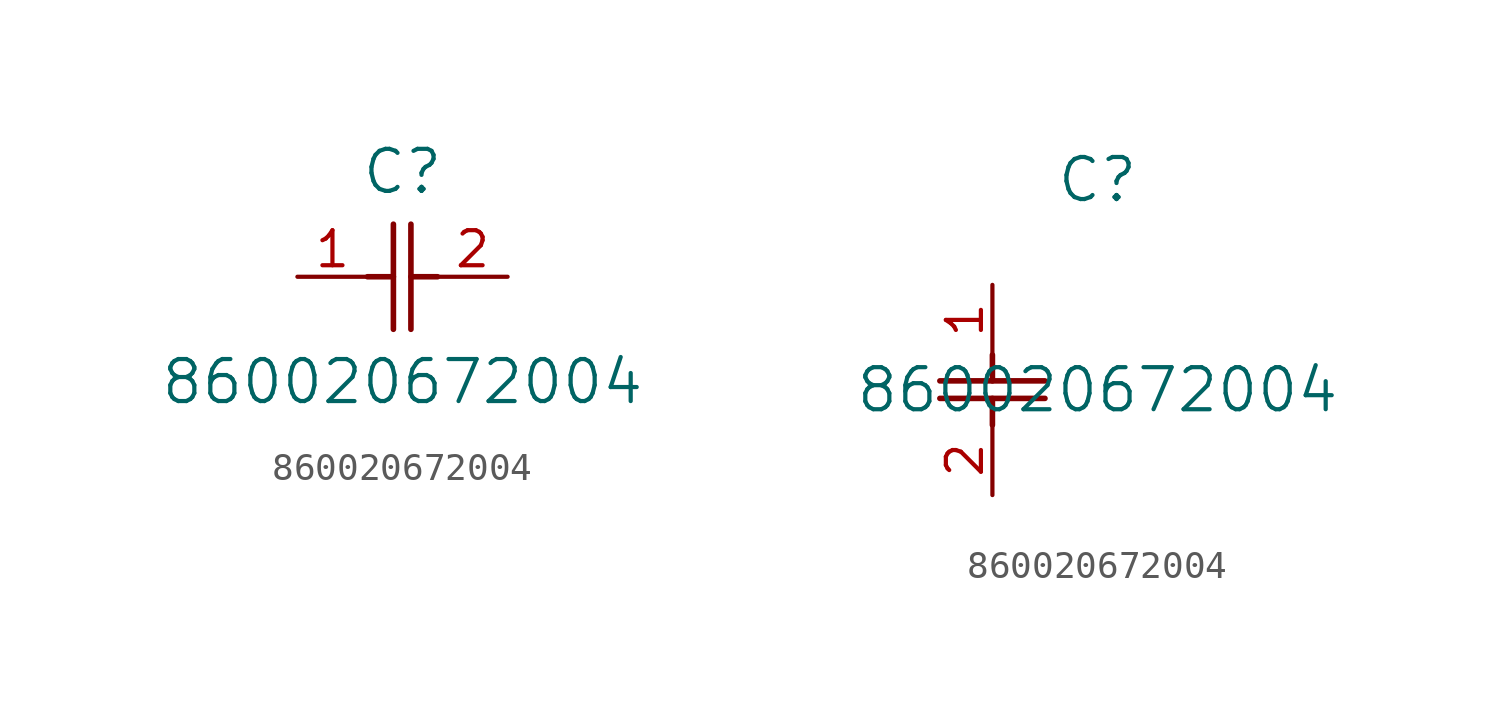
<source format=kicad_sym>
(kicad_symbol_lib
  (version 20211014)
  (generator kicad_symbol_editor)
  (symbol "860020672004"
    (pin_names
      (offset 0.254))
    (property "Reference" "C"
      (at 3.81 3.81 0)
      (effects (font (size 1.524 1.524))))
    (property "Value" "860020672004"
      (at 3.81 -3.81 0)
      (effects (font (size 1.524 1.524))))
    (symbol "860020672004_1_1"
      (polyline (pts (xy 3.48 -1.905) (xy 3.48 1.905)) (stroke (width 0.203) (type default) (color 0 0 0 0)) (fill (type none)))
      (polyline (pts (xy 4.115 -1.905) (xy 4.115 1.905)) (stroke (width 0.203) (type default) (color 0 0 0 0)) (fill (type none)))
      (polyline (pts (xy 4.115 0) (xy 5.08 0)) (stroke (width 0.203) (type default) (color 0 0 0 0)) (fill (type none)))
      (polyline (pts (xy 2.54 0) (xy 3.48 0)) (stroke (width 0.203) (type default) (color 0 0 0 0)) (fill (type none)))
      (pin unspecified line (at 0 0 0) (length 2.54) (name "" (effects (font (size 1.27 1.27)))) (number "1" (effects (font (size 1.27 1.27)))))
      (pin unspecified line (at 7.62 0 180) (length 2.54) (name "" (effects (font (size 1.27 1.27)))) (number "2" (effects (font (size 1.27 1.27))))))
    (symbol "860020672004_1_2"
      (polyline (pts (xy -1.905 -3.48) (xy 1.905 -3.48)) (stroke (width 0.203) (type default) (color 0 0 0 0)) (fill (type none)))
      (polyline (pts (xy -1.905 -4.115) (xy 1.905 -4.115)) (stroke (width 0.203) (type default) (color 0 0 0 0)) (fill (type none)))
      (polyline (pts (xy 0 -4.115) (xy 0 -5.08)) (stroke (width 0.203) (type default) (color 0 0 0 0)) (fill (type none)))
      (polyline (pts (xy 0 -2.54) (xy 0 -3.48)) (stroke (width 0.203) (type default) (color 0 0 0 0)) (fill (type none)))
      (pin unspecified line (at 0 0 270) (length 2.54) (name "" (effects (font (size 1.27 1.27)))) (number "1" (effects (font (size 1.27 1.27)))))
      (pin unspecified line (at 0 -7.62 90) (length 2.54) (name "" (effects (font (size 1.27 1.27)))) (number "2" (effects (font (size 1.27 1.27))))))))
</source>
